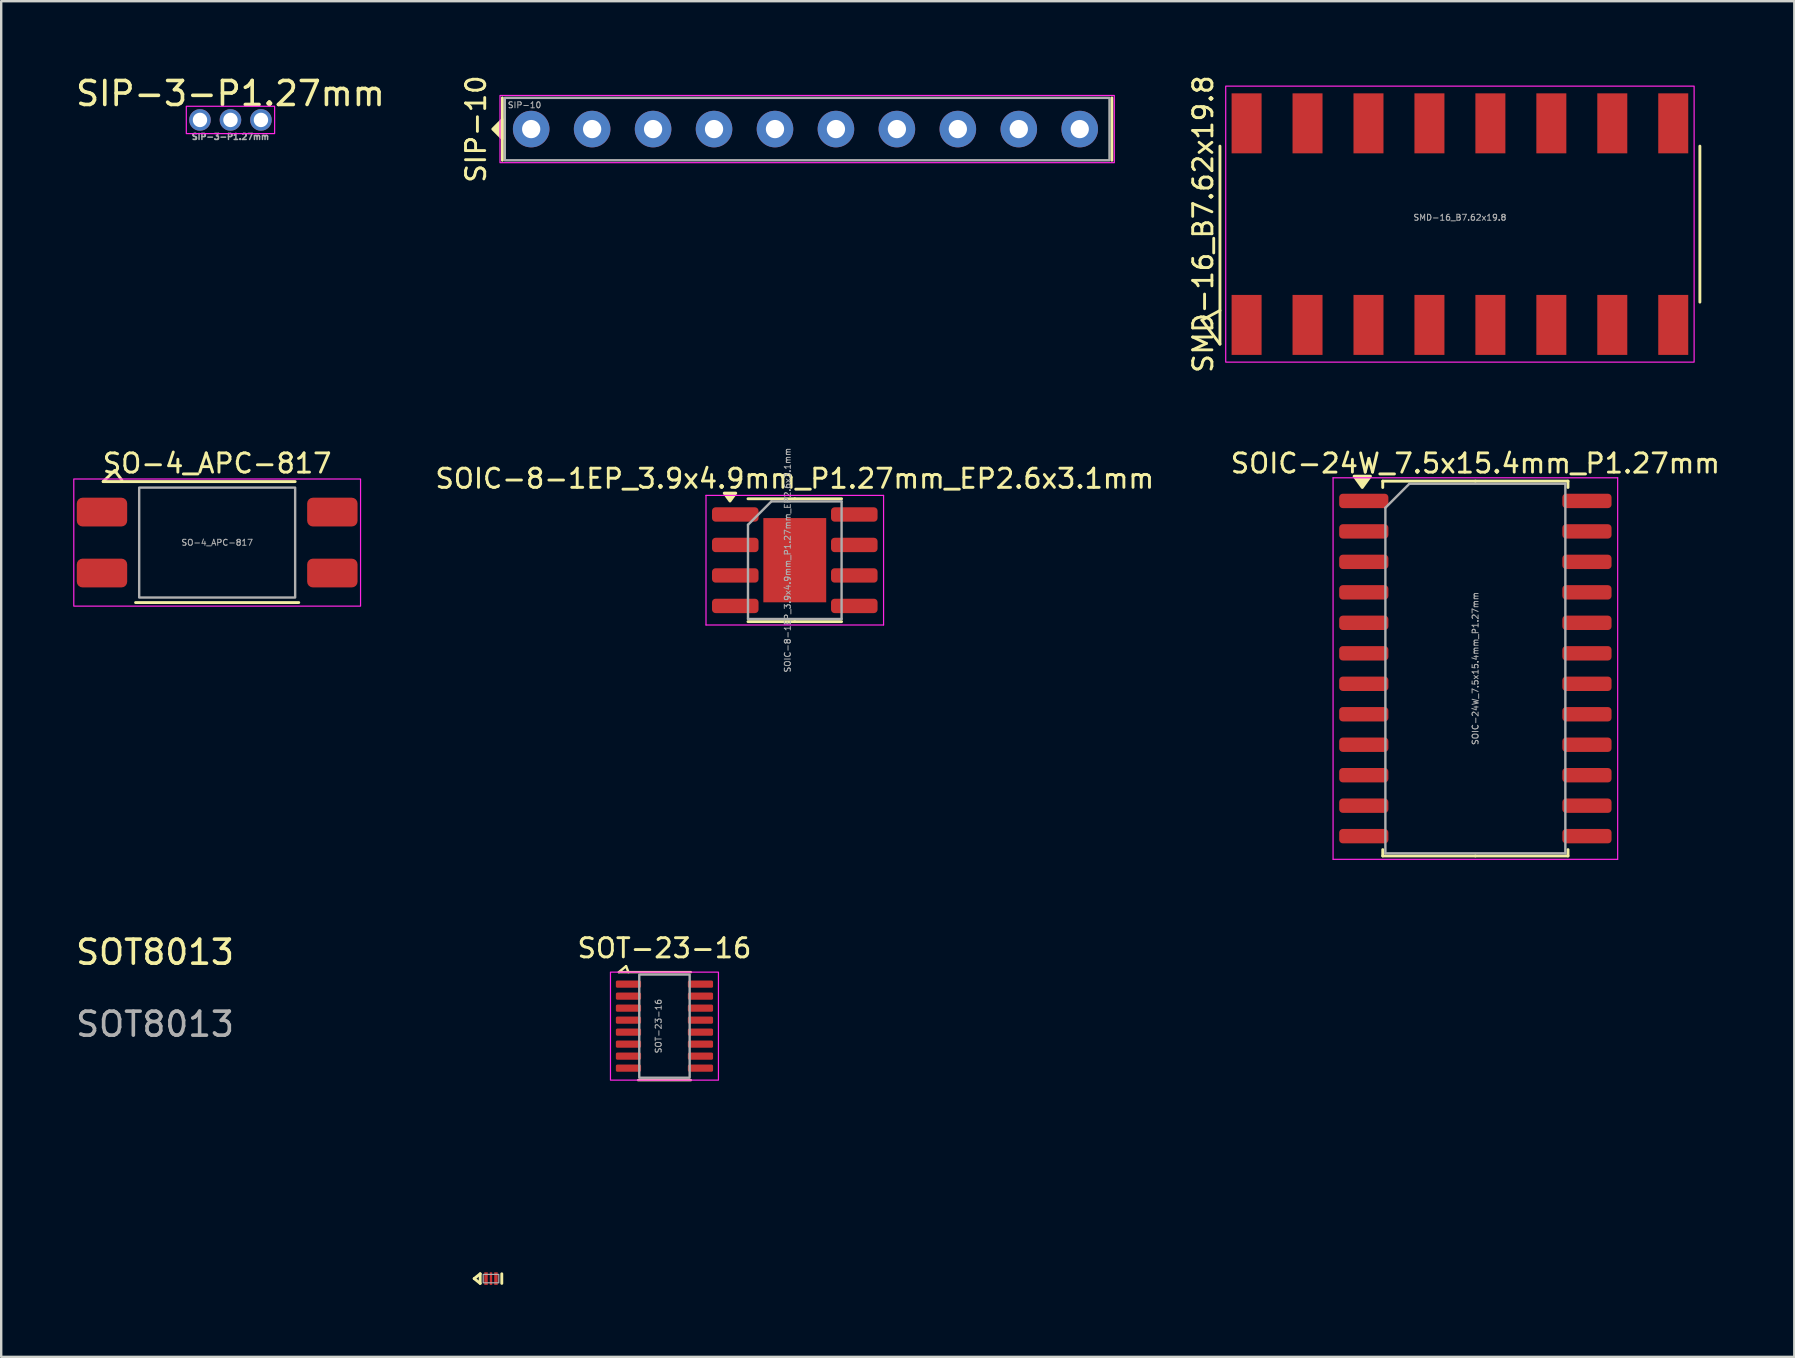
<source format=kicad_pcb>
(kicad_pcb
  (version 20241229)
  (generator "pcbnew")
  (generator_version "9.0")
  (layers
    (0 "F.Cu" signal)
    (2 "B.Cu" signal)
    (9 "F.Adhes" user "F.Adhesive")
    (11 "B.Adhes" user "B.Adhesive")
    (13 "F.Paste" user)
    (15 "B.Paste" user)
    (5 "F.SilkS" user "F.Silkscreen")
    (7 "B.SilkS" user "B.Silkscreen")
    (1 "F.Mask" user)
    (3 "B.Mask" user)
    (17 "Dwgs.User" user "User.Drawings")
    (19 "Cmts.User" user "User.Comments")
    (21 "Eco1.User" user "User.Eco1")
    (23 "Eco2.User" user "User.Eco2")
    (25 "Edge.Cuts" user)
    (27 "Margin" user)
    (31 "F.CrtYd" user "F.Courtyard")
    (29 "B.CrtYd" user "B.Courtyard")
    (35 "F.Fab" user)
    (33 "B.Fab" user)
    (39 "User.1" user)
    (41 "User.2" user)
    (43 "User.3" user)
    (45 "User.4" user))
  (footprint "SOT8013"
    (layer "F.Cu")
    (at 17.411 50.233)
    (property "Reference" "SOT8013" (at -14 -13.6 0) (unlocked yes) (layer "F.SilkS") (effects (font (size 1 1) (thickness 0.15))))
    (attr smd)
    (fp_line (start -0.7 0) (end -0.45 0.2) (stroke (width 0.12) (type default)) (layer "F.SilkS"))
    (fp_line (start -0.45 -0.2) (end -0.7 0) (stroke (width 0.12) (type default)) (layer "F.SilkS"))
    (fp_line (start -0.45 0.2) (end -0.45 -0.2) (stroke (width 0.12) (type default)) (layer "F.SilkS"))
    (fp_line (start 0.45 0.2) (end 0.45 -0.2) (stroke (width 0.12) (type default)) (layer "F.SilkS"))
    (fp_rect (start -0.325 -0.175) (end 0.325 0.175) (stroke (width 0.05) (type default)) (fill no) (layer "F.Fab"))
    (fp_text user "${REFERENCE}" (at -14 -10.6 0) (unlocked yes) (layer "F.Fab") (effects (font (size 1 1) (thickness 0.15))))
    (pad "1" smd rect (at -0.207 0) (size 0.145 0.525) (layers "F.Cu" "F.Mask" "F.Paste"))
    (pad "2" smd rect (at 0 0) (size 0.1 0.525) (layers "F.Cu" "F.Mask" "F.Paste"))
    (pad "3" smd rect (at 0.207 0) (size 0.145 0.525) (layers "F.Cu" "F.Mask" "F.Paste")))
  (footprint "SIP-3-P1.27mm"
    (layer "F.Cu")
    (at 6.554 1.948)
    (property "Reference" "SIP-3-P1.27mm" (at 0 -1.1 0) (unlocked yes) (layer "F.SilkS") (effects (font (size 1 1) (thickness 0.15))))
    (attr through_hole)
    (fp_rect (start -1.84 -0.57) (end 1.84 0.57) (stroke (width 0.05) (type default)) (fill no) (layer "F.CrtYd"))
    (fp_text user "${REFERENCE}" (at 0 0.7 0) (unlocked yes) (layer "F.Fab") (effects (font (size 0.25 0.25) (thickness 0.062))))
    (pad "1" thru_hole circle (at -1.27 0) (size 0.9 0.9) (drill 0.6) (layers "*.Cu" "*.Mask"))
    (pad "2" thru_hole circle (at 0 0) (size 0.9 0.9) (drill 0.6) (layers "*.Cu" "*.Mask"))
    (pad "3" thru_hole circle (at 1.27 0) (size 0.9 0.9) (drill 0.6) (layers "*.Cu" "*.Mask")))
  (footprint "SOIC-24W_7.5x15.4mm_P1.27mm"
    (layer "F.Cu")
    (at 58.433 24.81)
    (property "Reference" "SOIC-24W_7.5x15.4mm_P1.27mm" (at 0 -8.55 0) (layer "F.SilkS") (effects (font (size 0.8 0.8) (thickness 0.12))))
    (attr smd)
    (fp_line (start -3.86 -7.81) (end -3.86 -7.545) (stroke (width 0.12) (type solid)) (layer "F.SilkS"))
    (fp_line (start -3.86 7.81) (end -3.86 7.545) (stroke (width 0.12) (type solid)) (layer "F.SilkS"))
    (fp_line (start 0 -7.81) (end -3.86 -7.81) (stroke (width 0.12) (type solid)) (layer "F.SilkS"))
    (fp_line (start 0 -7.81) (end 3.86 -7.81) (stroke (width 0.12) (type solid)) (layer "F.SilkS"))
    (fp_line (start 0 7.81) (end -3.86 7.81) (stroke (width 0.12) (type solid)) (layer "F.SilkS"))
    (fp_line (start 0 7.81) (end 3.86 7.81) (stroke (width 0.12) (type solid)) (layer "F.SilkS"))
    (fp_line (start 3.86 -7.81) (end 3.86 -7.545) (stroke (width 0.12) (type solid)) (layer "F.SilkS"))
    (fp_line (start 3.86 7.81) (end 3.86 7.545) (stroke (width 0.12) (type solid)) (layer "F.SilkS"))
    (fp_poly (pts (xy -4.713 -7.545) (xy -5.053 -8.015) (xy -4.372 -8.015) (xy -4.713 -7.545)) (stroke (width 0.12) (type solid)) (fill yes) (layer "F.SilkS"))
    (fp_line (start -5.93 -7.95) (end -5.93 7.95) (stroke (width 0.05) (type solid)) (layer "F.CrtYd"))
    (fp_line (start -5.93 7.95) (end 5.93 7.95) (stroke (width 0.05) (type solid)) (layer "F.CrtYd"))
    (fp_line (start 5.93 -7.95) (end -5.93 -7.95) (stroke (width 0.05) (type solid)) (layer "F.CrtYd"))
    (fp_line (start 5.93 7.95) (end 5.93 -7.95) (stroke (width 0.05) (type solid)) (layer "F.CrtYd"))
    (fp_line (start -3.75 -6.7) (end -2.75 -7.7) (stroke (width 0.1) (type solid)) (layer "F.Fab"))
    (fp_line (start -3.75 7.7) (end -3.75 -6.7) (stroke (width 0.1) (type solid)) (layer "F.Fab"))
    (fp_line (start -2.75 -7.7) (end 3.75 -7.7) (stroke (width 0.1) (type solid)) (layer "F.Fab"))
    (fp_line (start 3.75 -7.7) (end 3.75 7.7) (stroke (width 0.1) (type solid)) (layer "F.Fab"))
    (fp_line (start 3.75 7.7) (end -3.75 7.7) (stroke (width 0.1) (type solid)) (layer "F.Fab"))
    (fp_text user "${REFERENCE}" (at 0 0 90) (layer "F.Fab") (effects (font (size 0.25 0.25) (thickness 0.04))))
    (pad "1" smd roundrect (at -4.65 -6.985) (size 2.05 0.6) (layers "F.Cu" "F.Mask" "F.Paste") (roundrect_rratio 0.25))
    (pad "2" smd roundrect (at -4.65 -5.715) (size 2.05 0.6) (layers "F.Cu" "F.Mask" "F.Paste") (roundrect_rratio 0.25))
    (pad "3" smd roundrect (at -4.65 -4.445) (size 2.05 0.6) (layers "F.Cu" "F.Mask" "F.Paste") (roundrect_rratio 0.25))
    (pad "4" smd roundrect (at -4.65 -3.175) (size 2.05 0.6) (layers "F.Cu" "F.Mask" "F.Paste") (roundrect_rratio 0.25))
    (pad "5" smd roundrect (at -4.65 -1.905) (size 2.05 0.6) (layers "F.Cu" "F.Mask" "F.Paste") (roundrect_rratio 0.25))
    (pad "6" smd roundrect (at -4.65 -0.635) (size 2.05 0.6) (layers "F.Cu" "F.Mask" "F.Paste") (roundrect_rratio 0.25))
    (pad "7" smd roundrect (at -4.65 0.635) (size 2.05 0.6) (layers "F.Cu" "F.Mask" "F.Paste") (roundrect_rratio 0.25))
    (pad "8" smd roundrect (at -4.65 1.905) (size 2.05 0.6) (layers "F.Cu" "F.Mask" "F.Paste") (roundrect_rratio 0.25))
    (pad "9" smd roundrect (at -4.65 3.175) (size 2.05 0.6) (layers "F.Cu" "F.Mask" "F.Paste") (roundrect_rratio 0.25))
    (pad "10" smd roundrect (at -4.65 4.445) (size 2.05 0.6) (layers "F.Cu" "F.Mask" "F.Paste") (roundrect_rratio 0.25))
    (pad "11" smd roundrect (at -4.65 5.715) (size 2.05 0.6) (layers "F.Cu" "F.Mask" "F.Paste") (roundrect_rratio 0.25))
    (pad "12" smd roundrect (at -4.65 6.985) (size 2.05 0.6) (layers "F.Cu" "F.Mask" "F.Paste") (roundrect_rratio 0.25))
    (pad "13" smd roundrect (at 4.65 6.985) (size 2.05 0.6) (layers "F.Cu" "F.Mask" "F.Paste") (roundrect_rratio 0.25))
    (pad "14" smd roundrect (at 4.65 5.715) (size 2.05 0.6) (layers "F.Cu" "F.Mask" "F.Paste") (roundrect_rratio 0.25))
    (pad "15" smd roundrect (at 4.65 4.445) (size 2.05 0.6) (layers "F.Cu" "F.Mask" "F.Paste") (roundrect_rratio 0.25))
    (pad "16" smd roundrect (at 4.65 3.175) (size 2.05 0.6) (layers "F.Cu" "F.Mask" "F.Paste") (roundrect_rratio 0.25))
    (pad "17" smd roundrect (at 4.65 1.905) (size 2.05 0.6) (layers "F.Cu" "F.Mask" "F.Paste") (roundrect_rratio 0.25))
    (pad "18" smd roundrect (at 4.65 0.635) (size 2.05 0.6) (layers "F.Cu" "F.Mask" "F.Paste") (roundrect_rratio 0.25))
    (pad "19" smd roundrect (at 4.65 -0.635) (size 2.05 0.6) (layers "F.Cu" "F.Mask" "F.Paste") (roundrect_rratio 0.25))
    (pad "20" smd roundrect (at 4.65 -1.905) (size 2.05 0.6) (layers "F.Cu" "F.Mask" "F.Paste") (roundrect_rratio 0.25))
    (pad "21" smd roundrect (at 4.65 -3.175) (size 2.05 0.6) (layers "F.Cu" "F.Mask" "F.Paste") (roundrect_rratio 0.25))
    (pad "22" smd roundrect (at 4.65 -4.445) (size 2.05 0.6) (layers "F.Cu" "F.Mask" "F.Paste") (roundrect_rratio 0.25))
    (pad "23" smd roundrect (at 4.65 -5.715) (size 2.05 0.6) (layers "F.Cu" "F.Mask" "F.Paste") (roundrect_rratio 0.25))
    (pad "24" smd roundrect (at 4.65 -6.985) (size 2.05 0.6) (layers "F.Cu" "F.Mask" "F.Paste") (roundrect_rratio 0.25)))
  (footprint "SO-4_APC-817"
    (layer "F.Cu")
    (at 6 19.56)
    (property "Reference" "SO-4_APC-817" (at 0 -3.3 0) (unlocked yes) (layer "F.SilkS") (effects (font (size 0.8 0.8) (thickness 0.12))))
    (attr smd)
    (fp_line (start -4.75 -2.54) (end -4.27 -3) (stroke (width 0.12) (type default)) (layer "F.SilkS"))
    (fp_line (start -4.75 -2.54) (end 3.25 -2.54) (stroke (width 0.12) (type default)) (layer "F.SilkS"))
    (fp_line (start -4.27 -3) (end -3.97 -2.6) (stroke (width 0.12) (type default)) (layer "F.SilkS"))
    (fp_line (start -3.4 2.5) (end 3.4 2.5) (stroke (width 0.12) (type default)) (layer "F.SilkS"))
    (fp_rect (start -5.975 -2.65) (end 5.975 2.65) (stroke (width 0.05) (type default)) (fill no) (layer "F.CrtYd"))
    (fp_rect (start -3.25 -2.29) (end 3.25 2.29) (stroke (width 0.1) (type default)) (fill no) (layer "F.Fab"))
    (fp_text user "${REFERENCE}" (at 0 0 0) (unlocked yes) (layer "F.Fab") (effects (font (size 0.25 0.25) (thickness 0.04))))
    (pad "1" smd roundrect (at -4.8 -1.27) (size 2.1 1.2) (layers "F.Cu" "F.Mask" "F.Paste") (roundrect_rratio 0.2))
    (pad "2" smd roundrect (at -4.8 1.27) (size 2.1 1.2) (layers "F.Cu" "F.Mask" "F.Paste") (roundrect_rratio 0.2))
    (pad "3" smd roundrect (at 4.8 1.27) (size 2.1 1.2) (layers "F.Cu" "F.Mask" "F.Paste") (roundrect_rratio 0.2))
    (pad "4" smd roundrect (at 4.8 -1.27) (size 2.1 1.2) (layers "F.Cu" "F.Mask" "F.Paste") (roundrect_rratio 0.2)))
  (footprint "SOT-23-16"
    (layer "F.Cu")
    (at 24.64 39.713)
    (property "Reference" "SOT-23-16" (at 0 -3.25 0) (unlocked yes) (layer "F.SilkS") (effects (font (size 0.8 0.8) (thickness 0.12))))
    (attr smd)
    (fp_line (start -1.9 -2.25) (end -1.6 -2.5) (stroke (width 0.1) (type default)) (layer "F.SilkS"))
    (fp_line (start -1.6 -2.5) (end -1.5 -2.25) (stroke (width 0.1) (type default)) (layer "F.SilkS"))
    (fp_line (start 1.1 -2.25) (end -1.9 -2.25) (stroke (width 0.1) (type default)) (layer "F.SilkS"))
    (fp_line (start 1.1 2.25) (end -1.1 2.25) (stroke (width 0.1) (type default)) (layer "F.SilkS"))
    (fp_rect (start -2.25 -2.25) (end 2.25 2.25) (stroke (width 0.05) (type default)) (fill no) (layer "F.CrtYd"))
    (fp_rect (start -1.05 -2.15) (end 1.05 2.15) (stroke (width 0.1) (type default)) (fill no) (layer "F.Fab"))
    (fp_text user "${REFERENCE}" (at -0.25 0 90) (unlocked yes) (layer "F.Fab") (effects (font (size 0.25 0.25) (thickness 0.04))))
    (pad "1" smd roundrect (at -1.5 -1.75) (size 1.05 0.3) (layers "F.Cu" "F.Mask" "F.Paste") (roundrect_rratio 0.2))
    (pad "2" smd roundrect (at -1.5 -1.25) (size 1.05 0.3) (layers "F.Cu" "F.Mask" "F.Paste") (roundrect_rratio 0.2))
    (pad "3" smd roundrect (at -1.5 -0.75) (size 1.05 0.3) (layers "F.Cu" "F.Mask" "F.Paste") (roundrect_rratio 0.2))
    (pad "4" smd roundrect (at -1.5 -0.25) (size 1.05 0.3) (layers "F.Cu" "F.Mask" "F.Paste") (roundrect_rratio 0.2))
    (pad "5" smd roundrect (at -1.5 0.25) (size 1.05 0.3) (layers "F.Cu" "F.Mask" "F.Paste") (roundrect_rratio 0.2))
    (pad "6" smd roundrect (at -1.5 0.75) (size 1.05 0.3) (layers "F.Cu" "F.Mask" "F.Paste") (roundrect_rratio 0.2))
    (pad "7" smd roundrect (at -1.5 1.25) (size 1.05 0.3) (layers "F.Cu" "F.Mask" "F.Paste") (roundrect_rratio 0.2))
    (pad "8" smd roundrect (at -1.5 1.75) (size 1.05 0.3) (layers "F.Cu" "F.Mask" "F.Paste") (roundrect_rratio 0.2))
    (pad "9" smd roundrect (at 1.5 1.75) (size 1.05 0.3) (layers "F.Cu" "F.Mask" "F.Paste") (roundrect_rratio 0.2))
    (pad "10" smd roundrect (at 1.5 1.25) (size 1.05 0.3) (layers "F.Cu" "F.Mask" "F.Paste") (roundrect_rratio 0.2))
    (pad "11" smd roundrect (at 1.5 0.75) (size 1.05 0.3) (layers "F.Cu" "F.Mask" "F.Paste") (roundrect_rratio 0.2))
    (pad "12" smd roundrect (at 1.5 0.25) (size 1.05 0.3) (layers "F.Cu" "F.Mask" "F.Paste") (roundrect_rratio 0.2))
    (pad "13" smd roundrect (at 1.5 -0.25) (size 1.05 0.3) (layers "F.Cu" "F.Mask" "F.Paste") (roundrect_rratio 0.2))
    (pad "14" smd roundrect (at 1.5 -0.75) (size 1.05 0.3) (layers "F.Cu" "F.Mask" "F.Paste") (roundrect_rratio 0.2))
    (pad "15" smd roundrect (at 1.5 -1.25) (size 1.05 0.3) (layers "F.Cu" "F.Mask" "F.Paste") (roundrect_rratio 0.2))
    (pad "16" smd roundrect (at 1.5 -1.75) (size 1.05 0.3) (layers "F.Cu" "F.Mask" "F.Paste") (roundrect_rratio 0.2)))
  (footprint "SIP-10"
    (layer "F.Cu")
    (at 19.086 2.329)
    (property "Reference" "SIP-10" (at -2.3 0 90) (unlocked yes) (layer "F.SilkS") (effects (font (size 0.8 0.8) (thickness 0.12))))
    (attr through_hole)
    (fp_line (start -1.2 1.3) (end -1.2 -1.3) (stroke (width 0.12) (type default)) (layer "F.SilkS"))
    (fp_line (start 24.2 1.3) (end 24.2 -1.3) (stroke (width 0.12) (type default)) (layer "F.SilkS"))
    (fp_poly (pts (xy -1.2 -0.4) (xy -1.6 0) (xy -1.2 0.4)) (stroke (width 0.12) (type solid)) (fill yes) (layer "F.SilkS"))
    (fp_rect (start -1.3 -1.4) (end 24.3 1.4) (stroke (width 0.05) (type default)) (fill no) (layer "F.CrtYd"))
    (fp_rect (start -1.1 -1.3) (end 24.1 1.3) (stroke (width 0.1) (type default)) (fill no) (layer "F.Fab"))
    (fp_text user "${REFERENCE}" (at -1 -1 0) (unlocked yes) (layer "F.Fab") (effects (font (size 0.25 0.25) (thickness 0.04)) (justify left)))
    (pad "1" thru_hole circle (at 0 0) (size 1.524 1.524) (drill 0.762) (layers "*.Cu" "*.Mask"))
    (pad "2" thru_hole circle (at 2.54 0) (size 1.524 1.524) (drill 0.762) (layers "*.Cu" "*.Mask"))
    (pad "3" thru_hole circle (at 5.08 0) (size 1.524 1.524) (drill 0.762) (layers "*.Cu" "*.Mask"))
    (pad "4" thru_hole circle (at 7.62 0) (size 1.524 1.524) (drill 0.762) (layers "*.Cu" "*.Mask"))
    (pad "5" thru_hole circle (at 10.16 0) (size 1.524 1.524) (drill 0.762) (layers "*.Cu" "*.Mask"))
    (pad "6" thru_hole circle (at 12.7 0) (size 1.524 1.524) (drill 0.762) (layers "*.Cu" "*.Mask"))
    (pad "7" thru_hole circle (at 15.24 0) (size 1.524 1.524) (drill 0.762) (layers "*.Cu" "*.Mask"))
    (pad "8" thru_hole circle (at 17.78 0) (size 1.524 1.524) (drill 0.762) (layers "*.Cu" "*.Mask"))
    (pad "9" thru_hole circle (at 20.32 0) (size 1.524 1.524) (drill 0.762) (layers "*.Cu" "*.Mask"))
    (pad "10" thru_hole circle (at 22.86 0) (size 1.524 1.524) (drill 0.762) (layers "*.Cu" "*.Mask")))
  (footprint "SOIC-8-1EP_3.9x4.9mm_P1.27mm_EP2.6x3.1mm"
    (layer "F.Cu")
    (at 30.071 20.295)
    (property "Reference" "SOIC-8-1EP_3.9x4.9mm_P1.27mm_EP2.6x3.1mm" (at 0 -3.4 0) (layer "F.SilkS") (effects (font (size 0.8 0.8) (thickness 0.12))))
    (attr smd)
    (fp_line (start 0 -2.56) (end -1.95 -2.56) (stroke (width 0.12) (type solid)) (layer "F.SilkS"))
    (fp_line (start 0 -2.56) (end 1.95 -2.56) (stroke (width 0.12) (type solid)) (layer "F.SilkS"))
    (fp_line (start 0 2.56) (end -1.95 2.56) (stroke (width 0.12) (type solid)) (layer "F.SilkS"))
    (fp_line (start 0 2.56) (end 1.95 2.56) (stroke (width 0.12) (type solid)) (layer "F.SilkS"))
    (fp_poly (pts (xy -2.7 -2.465) (xy -2.94 -2.795) (xy -2.46 -2.795) (xy -2.7 -2.465)) (stroke (width 0.12) (type solid)) (fill yes) (layer "F.SilkS"))
    (fp_line (start -3.7 -2.7) (end -3.7 2.7) (stroke (width 0.05) (type solid)) (layer "F.CrtYd"))
    (fp_line (start -3.7 2.7) (end 3.7 2.7) (stroke (width 0.05) (type solid)) (layer "F.CrtYd"))
    (fp_line (start 3.7 -2.7) (end -3.7 -2.7) (stroke (width 0.05) (type solid)) (layer "F.CrtYd"))
    (fp_line (start 3.7 2.7) (end 3.7 -2.7) (stroke (width 0.05) (type solid)) (layer "F.CrtYd"))
    (fp_line (start -1.95 -1.475) (end -0.975 -2.45) (stroke (width 0.1) (type solid)) (layer "F.Fab"))
    (fp_line (start -1.95 2.45) (end -1.95 -1.475) (stroke (width 0.1) (type solid)) (layer "F.Fab"))
    (fp_line (start -0.975 -2.45) (end 1.95 -2.45) (stroke (width 0.1) (type solid)) (layer "F.Fab"))
    (fp_line (start 1.95 -2.45) (end 1.95 2.45) (stroke (width 0.1) (type solid)) (layer "F.Fab"))
    (fp_line (start 1.95 2.45) (end -1.95 2.45) (stroke (width 0.1) (type solid)) (layer "F.Fab"))
    (fp_text user "${REFERENCE}" (at -0.3 0 90) (layer "F.Fab") (effects (font (size 0.25 0.25) (thickness 0.04))))
    (pad "" smd roundrect (at -0.655 -0.875) (size 1.06 1.41) (layers "F.Paste") (roundrect_rratio 0.236))
    (pad "" smd roundrect (at -0.655 0.875) (size 1.06 1.41) (layers "F.Paste") (roundrect_rratio 0.236))
    (pad "" smd roundrect (at 0.655 -0.875) (size 1.06 1.41) (layers "F.Paste") (roundrect_rratio 0.236))
    (pad "" smd roundrect (at 0.655 0.875) (size 1.06 1.41) (layers "F.Paste") (roundrect_rratio 0.236))
    (pad "1" smd roundrect (at -2.48 -1.905) (size 1.94 0.6) (layers "F.Cu" "F.Mask" "F.Paste") (roundrect_rratio 0.25))
    (pad "2" smd roundrect (at -2.48 -0.635) (size 1.94 0.6) (layers "F.Cu" "F.Mask" "F.Paste") (roundrect_rratio 0.25))
    (pad "3" smd roundrect (at -2.48 0.635) (size 1.94 0.6) (layers "F.Cu" "F.Mask" "F.Paste") (roundrect_rratio 0.25))
    (pad "4" smd roundrect (at -2.48 1.905) (size 1.94 0.6) (layers "F.Cu" "F.Mask" "F.Paste") (roundrect_rratio 0.25))
    (pad "5" smd roundrect (at 2.48 1.905) (size 1.94 0.6) (layers "F.Cu" "F.Mask" "F.Paste") (roundrect_rratio 0.25))
    (pad "6" smd roundrect (at 2.48 0.635) (size 1.94 0.6) (layers "F.Cu" "F.Mask" "F.Paste") (roundrect_rratio 0.25))
    (pad "7" smd roundrect (at 2.48 -0.635) (size 1.94 0.6) (layers "F.Cu" "F.Mask" "F.Paste") (roundrect_rratio 0.25))
    (pad "8" smd roundrect (at 2.48 -1.905) (size 1.94 0.6) (layers "F.Cu" "F.Mask" "F.Paste") (roundrect_rratio 0.25))
    (pad "9" smd rect (at 0 0) (size 2.62 3.51) (property pad_prop_heatsink) (layers "F.Cu" "F.Mask")))
  (footprint "SMD-16_B7.62x19.8"
    (layer "F.Cu")
    (at 57.789 6.29)
    (property "Reference" "SMD-16_B7.62x19.8" (at -10.7 0 90) (layer "F.SilkS") (effects (font (size 0.8 0.8) (thickness 0.12))))
    (attr smd)
    (fp_line (start -10.75 4) (end -10 3.6) (stroke (width 0.12) (type default)) (layer "F.SilkS"))
    (fp_line (start -10 5) (end -10.75 4) (stroke (width 0.12) (type default)) (layer "F.SilkS"))
    (fp_line (start -10 5) (end -10 -3.25) (stroke (width 0.12) (type default)) (layer "F.SilkS"))
    (fp_line (start 10 -3.25) (end 10 3.25) (stroke (width 0.12) (type default)) (layer "F.SilkS"))
    (fp_rect (start -9.76 -5.75) (end 9.76 5.75) (stroke (width 0.05) (type default)) (fill no) (layer "F.CrtYd"))
    (fp_text user "${REFERENCE}" (at 0 -0.275 0) (unlocked yes) (layer "F.Fab") (effects (font (size 0.25 0.25) (thickness 0.04))))
    (pad "1" smd rect (at -8.89 4.2) (size 1.25 2.5) (layers "F.Cu" "F.Mask" "F.Paste"))
    (pad "2" smd rect (at -6.35 4.2) (size 1.25 2.5) (layers "F.Cu" "F.Mask" "F.Paste"))
    (pad "3" smd rect (at -3.81 4.2) (size 1.25 2.5) (layers "F.Cu" "F.Mask" "F.Paste"))
    (pad "4" smd rect (at -1.27 4.2) (size 1.25 2.5) (layers "F.Cu" "F.Mask" "F.Paste"))
    (pad "5" smd rect (at 1.27 4.2) (size 1.25 2.5) (layers "F.Cu" "F.Mask" "F.Paste"))
    (pad "6" smd rect (at 3.81 4.2) (size 1.25 2.5) (layers "F.Cu" "F.Mask" "F.Paste"))
    (pad "7" smd rect (at 6.35 4.2) (size 1.25 2.5) (layers "F.Cu" "F.Mask" "F.Paste"))
    (pad "8" smd rect (at 8.89 4.2) (size 1.25 2.5) (layers "F.Cu" "F.Mask" "F.Paste"))
    (pad "9" smd rect (at 8.89 -4.2) (size 1.25 2.5) (layers "F.Cu" "F.Mask" "F.Paste"))
    (pad "10" smd rect (at 6.35 -4.2) (size 1.25 2.5) (layers "F.Cu" "F.Mask" "F.Paste"))
    (pad "11" smd rect (at 3.81 -4.2) (size 1.25 2.5) (layers "F.Cu" "F.Mask" "F.Paste"))
    (pad "12" smd rect (at 1.27 -4.2) (size 1.25 2.5) (layers "F.Cu" "F.Mask" "F.Paste"))
    (pad "13" smd rect (at -1.27 -4.2) (size 1.25 2.5) (layers "F.Cu" "F.Mask" "F.Paste"))
    (pad "14" smd rect (at -3.81 -4.2) (size 1.25 2.5) (layers "F.Cu" "F.Mask" "F.Paste"))
    (pad "15" smd rect (at -6.35 -4.2) (size 1.25 2.5) (layers "F.Cu" "F.Mask" "F.Paste"))
    (pad "16" smd rect (at -8.89 -4.2) (size 1.25 2.5) (layers "F.Cu" "F.Mask" "F.Paste")))
  (gr_rect
    (start -3 -3)
    (end 71.724 53.495)
    (stroke (width 0.1) (type default))
    (fill no)
    (layer "Edge.Cuts")))
</source>
